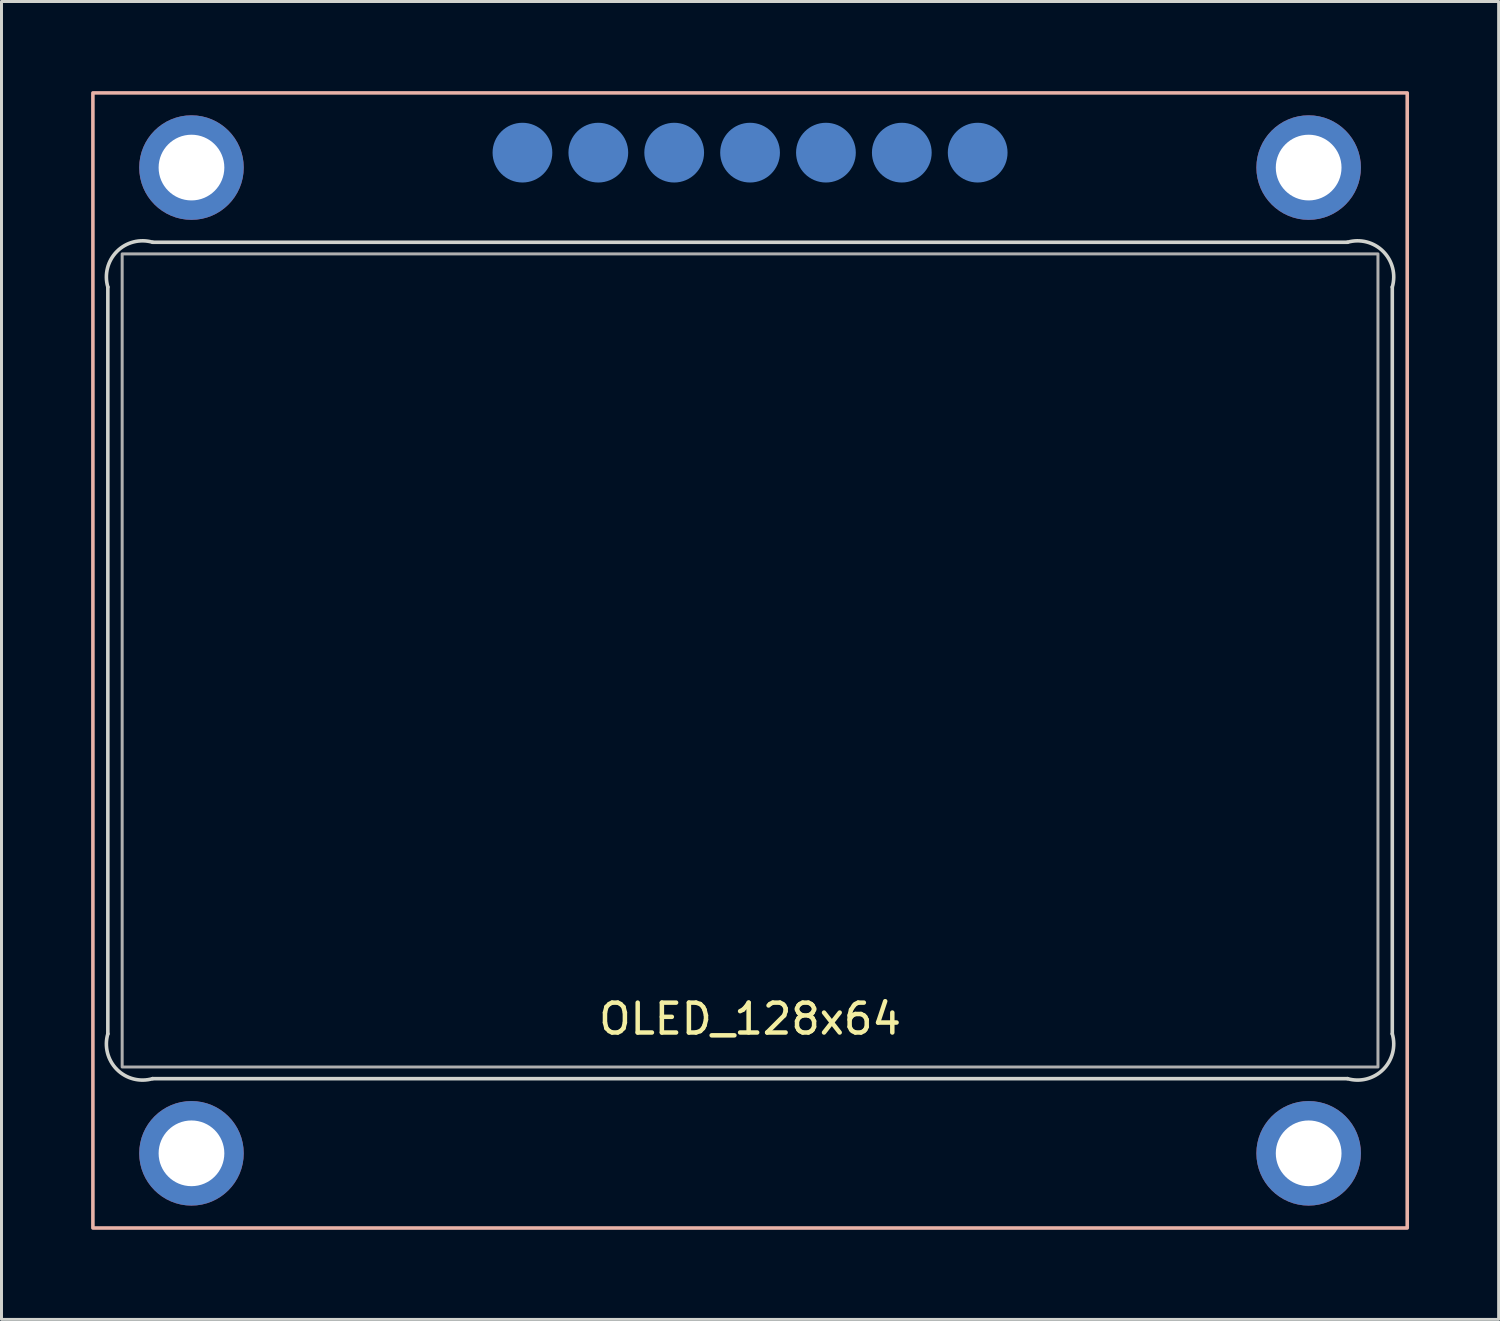
<source format=kicad_pcb>
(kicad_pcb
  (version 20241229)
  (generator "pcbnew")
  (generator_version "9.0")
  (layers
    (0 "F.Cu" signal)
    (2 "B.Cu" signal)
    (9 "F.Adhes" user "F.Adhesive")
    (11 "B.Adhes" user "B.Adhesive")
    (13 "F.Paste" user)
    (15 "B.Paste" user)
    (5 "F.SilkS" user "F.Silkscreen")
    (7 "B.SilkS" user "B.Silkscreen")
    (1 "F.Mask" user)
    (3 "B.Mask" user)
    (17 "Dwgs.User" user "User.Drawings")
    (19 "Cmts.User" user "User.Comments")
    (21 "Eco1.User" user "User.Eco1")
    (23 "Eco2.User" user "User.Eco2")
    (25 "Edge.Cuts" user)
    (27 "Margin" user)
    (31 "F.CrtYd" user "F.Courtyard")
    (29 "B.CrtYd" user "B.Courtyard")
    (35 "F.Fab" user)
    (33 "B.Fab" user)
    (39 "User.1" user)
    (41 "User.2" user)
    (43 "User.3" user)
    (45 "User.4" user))
  (footprint "OLED_128x64"
    (layer "F.Cu")
    (at 22.06 19.06)
    (property "Reference" "OLED_128x64" (at 0 12 0) (unlocked yes) (layer "F.SilkS") (effects (font (size 1 1) (thickness 0.15))))
    (attr smd)
    (fp_rect (start -22 -19) (end 22 19) (stroke (width 0.12) (type solid)) (fill no) (layer "B.SilkS"))
    (fp_line (start -21.5 12.5) (end -21.5 -12.5) (stroke (width 0.12) (type solid)) (layer "Edge.Cuts"))
    (fp_line (start -20 -14) (end 20 -14) (stroke (width 0.12) (type solid)) (layer "Edge.Cuts"))
    (fp_line (start 20 14) (end -20 14) (stroke (width 0.12) (type solid)) (layer "Edge.Cuts"))
    (fp_line (start 21.5 -12.5) (end 21.5 12.5) (stroke (width 0.12) (type solid)) (layer "Edge.Cuts"))
    (fp_arc (start -21.5 -12.499999) (mid -21.19408 -13.69408) (end -19.999999 -14) (stroke (width 0.12) (type solid)) (layer "Edge.Cuts"))
    (fp_arc (start -20 14) (mid -21.19408 13.69408) (end -21.5 12.499999) (stroke (width 0.12) (type solid)) (layer "Edge.Cuts"))
    (fp_arc (start 20 -14) (mid 21.19408 -13.69408) (end 21.5 -12.5) (stroke (width 0.12) (type solid)) (layer "Edge.Cuts"))
    (fp_arc (start 21.5 12.5) (mid 21.19408 13.69408) (end 20 14) (stroke (width 0.12) (type solid)) (layer "Edge.Cuts"))
    (fp_rect (start -21.02 -13.61) (end 21.02 13.61) (stroke (width 0.1) (type solid)) (fill no) (layer "F.Fab"))
    (pad "" thru_hole circle (at -18.7 -16.5) (size 3.5 3.5) (drill 2.2) (layers "*.Cu" "*.Mask"))
    (pad "" thru_hole circle (at -18.7 16.5) (size 3.5 3.5) (drill 2.2) (layers "*.Cu" "*.Mask"))
    (pad "" thru_hole circle (at 18.7 -16.5) (size 3.5 3.5) (drill 2.2) (layers "*.Cu" "*.Mask"))
    (pad "" thru_hole circle (at 18.7 16.5) (size 3.5 3.5) (drill 2.2) (layers "*.Cu" "*.Mask"))
    (pad "1" smd circle (at -7.62 -17) (size 2 2) (layers "B.Cu" "B.Mask" "B.Paste"))
    (pad "2" smd circle (at -5.08 -17) (size 2 2) (layers "B.Cu" "B.Mask" "B.Paste"))
    (pad "3" smd circle (at -2.54 -17) (size 2 2) (layers "B.Cu" "B.Mask" "B.Paste"))
    (pad "4" smd circle (at 0 -17) (size 2 2) (layers "B.Cu" "B.Mask" "B.Paste"))
    (pad "5" smd circle (at 2.54 -17 270) (size 2 2) (layers "B.Cu" "B.Mask" "B.Paste"))
    (pad "6" smd circle (at 5.08 -17) (size 2 2) (layers "B.Cu" "B.Mask" "B.Paste"))
    (pad "7" smd circle (at 7.62 -17) (size 2 2) (layers "B.Cu" "B.Mask" "B.Paste")))
  (gr_rect
    (start -3 -3)
    (end 47.12 41.12)
    (stroke (width 0.1) (type default))
    (fill no)
    (layer "Edge.Cuts")))
</source>
